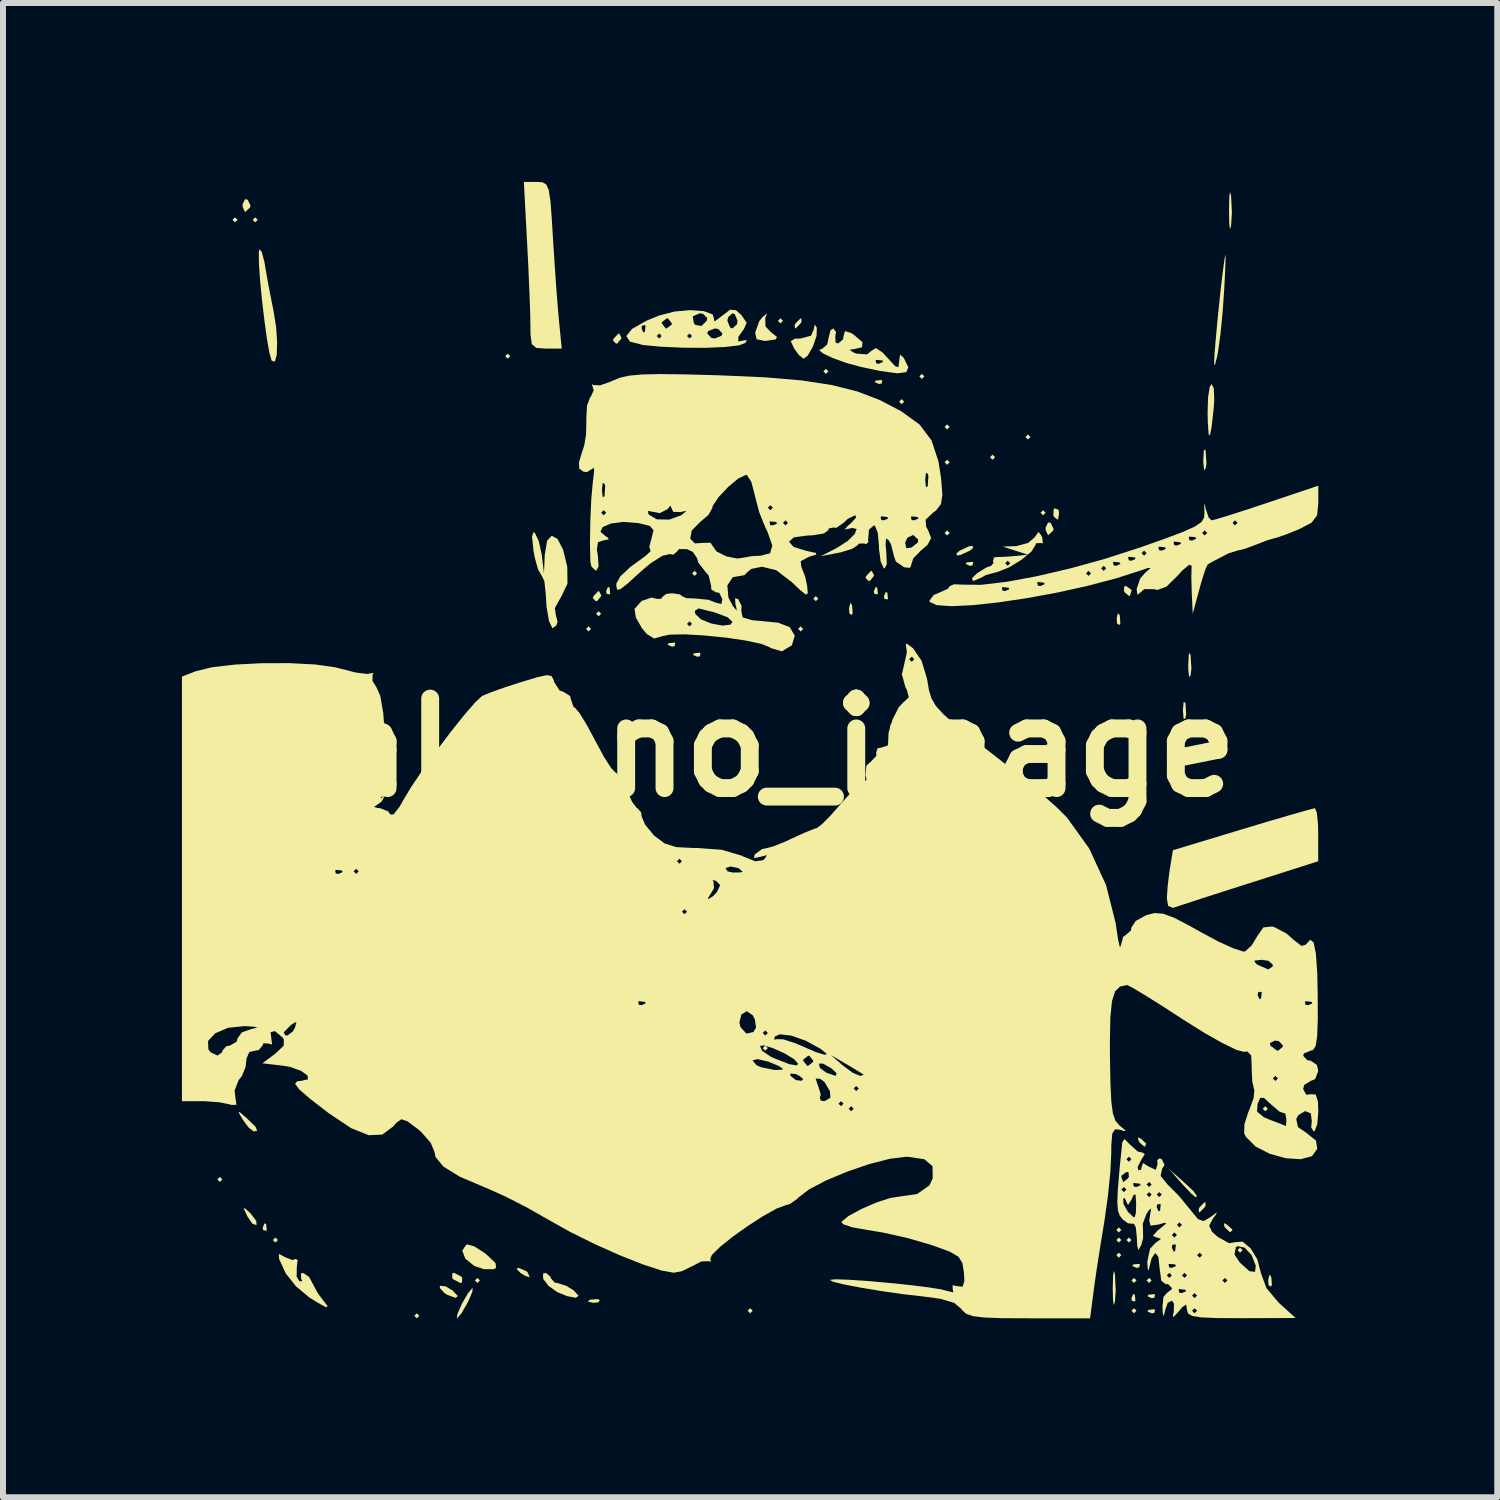
<source format=kicad_pcb>
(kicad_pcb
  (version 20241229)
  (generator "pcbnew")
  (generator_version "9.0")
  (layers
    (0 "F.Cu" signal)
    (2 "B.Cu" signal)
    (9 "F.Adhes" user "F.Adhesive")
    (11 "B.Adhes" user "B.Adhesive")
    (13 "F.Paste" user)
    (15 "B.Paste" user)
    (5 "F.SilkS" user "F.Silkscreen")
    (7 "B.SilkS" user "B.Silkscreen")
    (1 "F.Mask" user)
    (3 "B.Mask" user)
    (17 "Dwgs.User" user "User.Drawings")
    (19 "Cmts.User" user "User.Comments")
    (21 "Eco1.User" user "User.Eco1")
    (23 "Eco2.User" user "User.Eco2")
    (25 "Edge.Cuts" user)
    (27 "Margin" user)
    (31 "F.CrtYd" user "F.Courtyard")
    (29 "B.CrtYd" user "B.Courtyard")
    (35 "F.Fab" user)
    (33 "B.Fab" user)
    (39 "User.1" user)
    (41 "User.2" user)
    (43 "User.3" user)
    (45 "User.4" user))
  (footprint "valvano_image"
    (layer "F.Cu")
    (at 9.483 9.483)
    (property "Reference" "valvano_image" (at 0 0 0) (layer "F.SilkS") (effects (font (size 1.5 1.5) (thickness 0.3))))
    (attr board_only exclude_from_pos_files exclude_from_bom)
    (fp_poly (pts (xy 4.699 -3.234) (xy 4.693 -3.234) (xy 4.695 -3.235)) (stroke (width 0) (type solid)) (fill yes) (layer "F.SilkS"))
    (fp_poly (pts (xy -8.805 7.239) (xy -8.848 7.281) (xy -8.89 7.239) (xy -8.848 7.197)) (stroke (width 0) (type solid)) (fill yes) (layer "F.SilkS"))
    (fp_poly (pts (xy -8.551 -8.848) (xy -8.594 -8.805) (xy -8.636 -8.848) (xy -8.594 -8.89)) (stroke (width 0) (type solid)) (fill yes) (layer "F.SilkS"))
    (fp_poly (pts (xy -8.213 -8.848) (xy -8.255 -8.805) (xy -8.297 -8.848) (xy -8.255 -8.89)) (stroke (width 0) (type solid)) (fill yes) (layer "F.SilkS"))
    (fp_poly (pts (xy -7.874 8.255) (xy -7.916 8.297) (xy -7.959 8.255) (xy -7.916 8.213)) (stroke (width 0) (type solid)) (fill yes) (layer "F.SilkS"))
    (fp_poly (pts (xy -5.503 9.525) (xy -5.546 9.567) (xy -5.588 9.525) (xy -5.546 9.483)) (stroke (width 0) (type solid)) (fill yes) (layer "F.SilkS"))
    (fp_poly (pts (xy -4.487 8.932) (xy -4.53 8.975) (xy -4.572 8.932) (xy -4.53 8.89)) (stroke (width 0) (type solid)) (fill yes) (layer "F.SilkS"))
    (fp_poly (pts (xy -3.979 -6.562) (xy -4.022 -6.519) (xy -4.064 -6.562) (xy -4.022 -6.604)) (stroke (width 0) (type solid)) (fill yes) (layer "F.SilkS"))
    (fp_poly (pts (xy -2.625 -1.99) (xy -2.667 -1.947) (xy -2.709 -1.99) (xy -2.667 -2.032)) (stroke (width 0) (type solid)) (fill yes) (layer "F.SilkS"))
    (fp_poly (pts (xy -2.455 -2.244) (xy -2.498 -2.201) (xy -2.54 -2.244) (xy -2.498 -2.286)) (stroke (width 0) (type solid)) (fill yes) (layer "F.SilkS"))
    (fp_poly (pts (xy -0.847 -2.921) (xy -0.889 -2.879) (xy -0.931 -2.921) (xy -0.889 -2.963)) (stroke (width 0) (type solid)) (fill yes) (layer "F.SilkS"))
    (fp_poly (pts (xy 0.085 9.44) (xy 0.042 9.483) (xy 0 9.44) (xy 0.042 9.398)) (stroke (width 0) (type solid)) (fill yes) (layer "F.SilkS"))
    (fp_poly (pts (xy 0.339 5.038) (xy 0.296 5.08) (xy 0.254 5.038) (xy 0.296 4.995)) (stroke (width 0) (type solid)) (fill yes) (layer "F.SilkS"))
    (fp_poly (pts (xy 0.593 -7.154) (xy 0.55 -7.112) (xy 0.508 -7.154) (xy 0.55 -7.197)) (stroke (width 0) (type solid)) (fill yes) (layer "F.SilkS"))
    (fp_poly (pts (xy 0.931 -1.99) (xy 0.889 -1.947) (xy 0.847 -1.99) (xy 0.889 -2.032)) (stroke (width 0) (type solid)) (fill yes) (layer "F.SilkS"))
    (fp_poly (pts (xy 1.185 -2.498) (xy 1.143 -2.455) (xy 1.101 -2.498) (xy 1.143 -2.54)) (stroke (width 0) (type solid)) (fill yes) (layer "F.SilkS"))
    (fp_poly (pts (xy 1.355 -6.308) (xy 1.312 -6.265) (xy 1.27 -6.308) (xy 1.312 -6.35)) (stroke (width 0) (type solid)) (fill yes) (layer "F.SilkS"))
    (fp_poly (pts (xy 2.625 -5.8) (xy 2.582 -5.757) (xy 2.54 -5.8) (xy 2.582 -5.842)) (stroke (width 0) (type solid)) (fill yes) (layer "F.SilkS"))
    (fp_poly (pts (xy 2.963 -6.223) (xy 2.921 -6.181) (xy 2.879 -6.223) (xy 2.921 -6.265)) (stroke (width 0) (type solid)) (fill yes) (layer "F.SilkS"))
    (fp_poly (pts (xy 3.387 -5.376) (xy 3.344 -5.334) (xy 3.302 -5.376) (xy 3.344 -5.419)) (stroke (width 0) (type solid)) (fill yes) (layer "F.SilkS"))
    (fp_poly (pts (xy 3.387 -4.784) (xy 3.344 -4.741) (xy 3.302 -4.784) (xy 3.344 -4.826)) (stroke (width 0) (type solid)) (fill yes) (layer "F.SilkS"))
    (fp_poly (pts (xy 3.387 -3.598) (xy 3.344 -3.556) (xy 3.302 -3.598) (xy 3.344 -3.641)) (stroke (width 0) (type solid)) (fill yes) (layer "F.SilkS"))
    (fp_poly (pts (xy 4.149 -4.868) (xy 4.106 -4.826) (xy 4.064 -4.868) (xy 4.106 -4.911)) (stroke (width 0) (type solid)) (fill yes) (layer "F.SilkS"))
    (fp_poly (pts (xy 4.741 -5.207) (xy 4.699 -5.165) (xy 4.657 -5.207) (xy 4.699 -5.249)) (stroke (width 0) (type solid)) (fill yes) (layer "F.SilkS"))
    (fp_poly (pts (xy 4.995 -3.937) (xy 4.953 -3.895) (xy 4.911 -3.937) (xy 4.953 -3.979)) (stroke (width 0) (type solid)) (fill yes) (layer "F.SilkS"))
    (fp_poly (pts (xy 6.265 8.086) (xy 6.223 8.128) (xy 6.181 8.086) (xy 6.223 8.043)) (stroke (width 0) (type solid)) (fill yes) (layer "F.SilkS"))
    (fp_poly (pts (xy 6.265 8.255) (xy 6.223 8.297) (xy 6.181 8.255) (xy 6.223 8.213)) (stroke (width 0) (type solid)) (fill yes) (layer "F.SilkS"))
    (fp_poly (pts (xy 6.265 8.509) (xy 6.223 8.551) (xy 6.181 8.509) (xy 6.223 8.467)) (stroke (width 0) (type solid)) (fill yes) (layer "F.SilkS"))
    (fp_poly (pts (xy 6.435 8.255) (xy 6.392 8.297) (xy 6.35 8.255) (xy 6.392 8.213)) (stroke (width 0) (type solid)) (fill yes) (layer "F.SilkS"))
    (fp_poly (pts (xy 6.519 8.932) (xy 6.477 8.975) (xy 6.435 8.932) (xy 6.477 8.89)) (stroke (width 0) (type solid)) (fill yes) (layer "F.SilkS"))
    (fp_poly (pts (xy 6.519 9.44) (xy 6.477 9.483) (xy 6.435 9.44) (xy 6.477 9.398)) (stroke (width 0) (type solid)) (fill yes) (layer "F.SilkS"))
    (fp_poly (pts (xy 6.773 8.932) (xy 6.731 8.975) (xy 6.689 8.932) (xy 6.731 8.89)) (stroke (width 0) (type solid)) (fill yes) (layer "F.SilkS"))
    (fp_poly (pts (xy 8.297 8.424) (xy 8.255 8.467) (xy 8.213 8.424) (xy 8.255 8.382)) (stroke (width 0) (type solid)) (fill yes) (layer "F.SilkS"))
    (fp_poly (pts (xy 8.721 6.054) (xy 8.678 6.096) (xy 8.636 6.054) (xy 8.678 6.011)) (stroke (width 0) (type solid)) (fill yes) (layer "F.SilkS"))
    (fp_poly (pts (xy -8.072 7.987) (xy -8.061 8.087) (xy -8.072 8.1) (xy -8.122 8.088) (xy -8.128 8.043) (xy -8.097 7.974)) (stroke (width 0) (type solid)) (fill yes) (layer "F.SilkS"))
    (fp_poly (pts (xy -2.478 9.262) (xy -2.504 9.301) (xy -2.589 9.307) (xy -2.68 9.286) (xy -2.641 9.255) (xy -2.508 9.245)) (stroke (width 0) (type solid)) (fill yes) (layer "F.SilkS"))
    (fp_poly (pts (xy -2.314 -2.681) (xy -2.304 -2.581) (xy -2.314 -2.568) (xy -2.365 -2.58) (xy -2.371 -2.625) (xy -2.34 -2.694)) (stroke (width 0) (type solid)) (fill yes) (layer "F.SilkS"))
    (fp_poly (pts (xy -1.214 -1.75) (xy -1.225 -1.699) (xy -1.27 -1.693) (xy -1.34 -1.724) (xy -1.326 -1.75) (xy -1.226 -1.76)) (stroke (width 0) (type solid)) (fill yes) (layer "F.SilkS"))
    (fp_poly (pts (xy -0.79 -1.58) (xy -0.802 -1.53) (xy -0.847 -1.524) (xy -0.916 -1.555) (xy -0.903 -1.58) (xy -0.803 -1.591)) (stroke (width 0) (type solid)) (fill yes) (layer "F.SilkS"))
    (fp_poly (pts (xy 1.751 -2.387) (xy 1.761 -2.254) (xy 1.744 -2.224) (xy 1.706 -2.25) (xy 1.7 -2.335) (xy 1.721 -2.426)) (stroke (width 0) (type solid)) (fill yes) (layer "F.SilkS"))
    (fp_poly (pts (xy 2.173 -2.681) (xy 2.183 -2.581) (xy 2.173 -2.568) (xy 2.123 -2.58) (xy 2.117 -2.625) (xy 2.148 -2.694)) (stroke (width 0) (type solid)) (fill yes) (layer "F.SilkS"))
    (fp_poly (pts (xy 2.258 -6.152) (xy 2.246 -6.102) (xy 2.201 -6.096) (xy 2.132 -6.127) (xy 2.145 -6.152) (xy 2.245 -6.163)) (stroke (width 0) (type solid)) (fill yes) (layer "F.SilkS"))
    (fp_poly (pts (xy 2.342 -2.596) (xy 2.353 -2.496) (xy 2.342 -2.484) (xy 2.292 -2.495) (xy 2.286 -2.54) (xy 2.317 -2.61)) (stroke (width 0) (type solid)) (fill yes) (layer "F.SilkS"))
    (fp_poly (pts (xy 3.782 -3.104) (xy 3.77 -3.054) (xy 3.725 -3.048) (xy 3.656 -3.079) (xy 3.669 -3.104) (xy 3.769 -3.115)) (stroke (width 0) (type solid)) (fill yes) (layer "F.SilkS"))
    (fp_poly (pts (xy 6.239 -2.217) (xy 6.249 -2.085) (xy 6.232 -2.055) (xy 6.193 -2.08) (xy 6.187 -2.166) (xy 6.208 -2.256)) (stroke (width 0) (type solid)) (fill yes) (layer "F.SilkS"))
    (fp_poly (pts (xy 6.491 9.172) (xy 6.501 9.273) (xy 6.491 9.285) (xy 6.441 9.273) (xy 6.435 9.229) (xy 6.466 9.159)) (stroke (width 0) (type solid)) (fill yes) (layer "F.SilkS"))
    (fp_poly (pts (xy 6.576 8.664) (xy 6.564 8.715) (xy 6.519 8.721) (xy 6.45 8.69) (xy 6.463 8.664) (xy 6.563 8.654)) (stroke (width 0) (type solid)) (fill yes) (layer "F.SilkS"))
    (fp_poly (pts (xy 6.83 9.172) (xy 6.818 9.223) (xy 6.773 9.229) (xy 6.704 9.198) (xy 6.717 9.172) (xy 6.817 9.162)) (stroke (width 0) (type solid)) (fill yes) (layer "F.SilkS"))
    (fp_poly (pts (xy 6.83 9.426) (xy 6.818 9.477) (xy 6.773 9.483) (xy 6.704 9.452) (xy 6.717 9.426) (xy 6.817 9.416)) (stroke (width 0) (type solid)) (fill yes) (layer "F.SilkS"))
    (fp_poly (pts (xy 8.779 8.874) (xy 8.789 9.006) (xy 8.772 9.036) (xy 8.733 9.011) (xy 8.727 8.925) (xy 8.748 8.835)) (stroke (width 0) (type solid)) (fill yes) (layer "F.SilkS"))
    (fp_poly (pts (xy -8.421 7.727) (xy -8.333 7.808) (xy -8.236 7.936) (xy -8.232 8.006) (xy -8.302 7.981) (xy -8.385 7.86) (xy -8.449 7.725)) (stroke (width 0) (type solid)) (fill yes) (layer "F.SilkS"))
    (fp_poly (pts (xy -8.381 -9.185) (xy -8.332 -9.084) (xy -8.343 -9.053) (xy -8.425 -8.978) (xy -8.465 -9.064) (xy -8.467 -9.107) (xy -8.425 -9.194)) (stroke (width 0) (type solid)) (fill yes) (layer "F.SilkS"))
    (fp_poly (pts (xy -3.701 8.782) (xy -3.683 8.805) (xy -3.653 8.881) (xy -3.733 8.853) (xy -3.81 8.805) (xy -3.875 8.737) (xy -3.836 8.722)) (stroke (width 0) (type solid)) (fill yes) (layer "F.SilkS"))
    (fp_poly (pts (xy 5.081 -3.767) (xy 5.13 -3.665) (xy 5.119 -3.635) (xy 5.037 -3.56) (xy 4.997 -3.645) (xy 4.995 -3.688) (xy 5.037 -3.775)) (stroke (width 0) (type solid)) (fill yes) (layer "F.SilkS"))
    (fp_poly (pts (xy 5.212 -3.987) (xy 5.221 -3.933) (xy 5.203 -3.818) (xy 5.141 -3.865) (xy 5.126 -3.889) (xy 5.13 -3.996) (xy 5.149 -4.012)) (stroke (width 0) (type solid)) (fill yes) (layer "F.SilkS"))
    (fp_poly (pts (xy 6.591 6.554) (xy 6.682 6.639) (xy 6.663 6.688) (xy 6.651 6.689) (xy 6.58 6.629) (xy 6.554 6.591) (xy 6.544 6.533)) (stroke (width 0) (type solid)) (fill yes) (layer "F.SilkS"))
    (fp_poly (pts (xy 8.03 7.993) (xy 8.12 8.072) (xy 8.128 8.091) (xy 8.088 8.125) (xy 8.004 8.047) (xy 7.993 8.03) (xy 7.983 7.972)) (stroke (width 0) (type solid)) (fill yes) (layer "F.SilkS"))
    (fp_poly (pts (xy -8.394 6.215) (xy -8.247 6.358) (xy -8.223 6.423) (xy -8.277 6.435) (xy -8.364 6.371) (xy -8.458 6.244) (xy -8.534 6.115) (xy -8.513 6.112)) (stroke (width 0) (type solid)) (fill yes) (layer "F.SilkS"))
    (fp_poly (pts (xy -5.063 9.031) (xy -4.947 9.1) (xy -4.858 9.195) (xy -4.897 9.224) (xy -5.029 9.176) (xy -5.078 9.147) (xy -5.161 9.059) (xy -5.156 9.022)) (stroke (width 0) (type solid)) (fill yes) (layer "F.SilkS"))
    (fp_poly (pts (xy -4.801 8.867) (xy -4.784 8.89) (xy -4.788 8.968) (xy -4.816 8.975) (xy -4.936 8.913) (xy -4.953 8.89) (xy -4.949 8.812) (xy -4.921 8.805)) (stroke (width 0) (type solid)) (fill yes) (layer "F.SilkS"))
    (fp_poly (pts (xy -2.456 -2.559) (xy -2.455 -2.54) (xy -2.52 -2.459) (xy -2.545 -2.455) (xy -2.596 -2.507) (xy -2.582 -2.54) (xy -2.506 -2.621) (xy -2.493 -2.625)) (stroke (width 0) (type solid)) (fill yes) (layer "F.SilkS"))
    (fp_poly (pts (xy -2.118 -6.877) (xy -2.117 -6.858) (xy -2.182 -6.777) (xy -2.206 -6.773) (xy -2.257 -6.825) (xy -2.244 -6.858) (xy -2.168 -6.939) (xy -2.154 -6.943)) (stroke (width 0) (type solid)) (fill yes) (layer "F.SilkS"))
    (fp_poly (pts (xy 0.905 -7.142) (xy 0.889 -7.112) (xy 0.809 -7.031) (xy 0.794 -7.027) (xy 0.789 -7.082) (xy 0.804 -7.112) (xy 0.884 -7.193) (xy 0.899 -7.197)) (stroke (width 0) (type solid)) (fill yes) (layer "F.SilkS"))
    (fp_poly (pts (xy 2.116 -2.898) (xy 2.117 -2.879) (xy 2.052 -2.797) (xy 2.027 -2.794) (xy 1.976 -2.846) (xy 1.99 -2.879) (xy 2.066 -2.959) (xy 2.079 -2.963)) (stroke (width 0) (type solid)) (fill yes) (layer "F.SilkS"))
    (fp_poly (pts (xy 3.783 -3.349) (xy 3.725 -3.302) (xy 3.571 -3.23) (xy 3.514 -3.22) (xy 3.499 -3.255) (xy 3.556 -3.302) (xy 3.71 -3.374) (xy 3.768 -3.384)) (stroke (width 0) (type solid)) (fill yes) (layer "F.SilkS"))
    (fp_poly (pts (xy 6.157 8.826) (xy 6.171 9.1) (xy 6.157 9.292) (xy 6.138 9.345) (xy 6.125 9.249) (xy 6.121 9.059) (xy 6.127 8.85) (xy 6.14 8.772)) (stroke (width 0) (type solid)) (fill yes) (layer "F.SilkS"))
    (fp_poly (pts (xy 6.431 -2.648) (xy 6.435 -2.625) (xy 6.406 -2.542) (xy 6.397 -2.54) (xy 6.325 -2.599) (xy 6.308 -2.625) (xy 6.314 -2.703) (xy 6.345 -2.709)) (stroke (width 0) (type solid)) (fill yes) (layer "F.SilkS"))
    (fp_poly (pts (xy 7.303 7.275) (xy 7.479 7.44) (xy 7.534 7.521) (xy 7.508 7.535) (xy 7.44 7.479) (xy 7.307 7.338) (xy 7.275 7.303) (xy 7.07 7.07)) (stroke (width 0) (type solid)) (fill yes) (layer "F.SilkS"))
    (fp_poly (pts (xy 7.336 -0.754) (xy 7.34 -0.739) (xy 7.352 -0.555) (xy 7.337 -0.485) (xy 7.309 -0.482) (xy 7.298 -0.615) (xy 7.298 -0.635) (xy 7.31 -0.766)) (stroke (width 0) (type solid)) (fill yes) (layer "F.SilkS"))
    (fp_poly (pts (xy 7.426 -1.544) (xy 7.44 -1.324) (xy 7.424 -1.206) (xy 7.401 -1.186) (xy 7.388 -1.307) (xy 7.387 -1.397) (xy 7.396 -1.561) (xy 7.415 -1.586)) (stroke (width 0) (type solid)) (fill yes) (layer "F.SilkS"))
    (fp_poly (pts (xy 7.678 7.675) (xy 7.662 7.705) (xy 7.583 7.786) (xy 7.568 7.789) (xy 7.562 7.735) (xy 7.578 7.705) (xy 7.657 7.624) (xy 7.672 7.62)) (stroke (width 0) (type solid)) (fill yes) (layer "F.SilkS"))
    (fp_poly (pts (xy 7.678 -4.974) (xy 7.692 -4.759) (xy 7.678 -4.678) (xy 7.654 -4.651) (xy 7.64 -4.769) (xy 7.64 -4.826) (xy 7.648 -4.98) (xy 7.67 -4.998)) (stroke (width 0) (type solid)) (fill yes) (layer "F.SilkS"))
    (fp_poly (pts (xy 8.104 -9.25) (xy 8.105 -9.248) (xy 8.119 -8.972) (xy 8.104 -8.74) (xy 8.086 -8.694) (xy 8.074 -8.794) (xy 8.07 -9.017) (xy 8.075 -9.234) (xy 8.087 -9.318)) (stroke (width 0) (type solid)) (fill yes) (layer "F.SilkS"))
    (fp_poly (pts (xy 7.815 -6.021) (xy 7.823 -5.829) (xy 7.814 -5.694) (xy 7.779 -5.379) (xy 7.75 -5.233) (xy 7.729 -5.254) (xy 7.715 -5.443) (xy 7.711 -5.609) (xy 7.719 -5.871) (xy 7.747 -6.047) (xy 7.779 -6.096)) (stroke (width 0) (type solid)) (fill yes) (layer "F.SilkS"))
    (fp_poly (pts (xy -4.615 9.124) (xy -4.684 9.284) (xy -4.699 9.313) (xy -4.799 9.485) (xy -4.868 9.566) (xy -4.873 9.567) (xy -4.867 9.502) (xy -4.798 9.342) (xy -4.784 9.313) (xy -4.684 9.142) (xy -4.614 9.06) (xy -4.61 9.059)) (stroke (width 0) (type solid)) (fill yes) (layer "F.SilkS"))
    (fp_poly (pts (xy -4.583 8.361) (xy -4.408 8.473) (xy -4.374 8.5) (xy -4.227 8.64) (xy -4.215 8.719) (xy -4.256 8.744) (xy -4.42 8.744) (xy -4.581 8.69) (xy -4.732 8.568) (xy -4.784 8.433) (xy -4.72 8.337) (xy -4.699 8.329)) (stroke (width 0) (type solid)) (fill yes) (layer "F.SilkS"))
    (fp_poly (pts (xy 0.3 -7.212) (xy 0.296 -7.205) (xy 0.299 -7.061) (xy 0.384 -6.972) (xy 0.492 -6.884) (xy 0.471 -6.843) (xy 0.3 -6.818) (xy 0.29 -6.817) (xy 0.151 -6.846) (xy 0.126 -6.956) (xy 0.195 -7.148) (xy 0.251 -7.219) (xy 0.327 -7.279)) (stroke (width 0) (type solid)) (fill yes) (layer "F.SilkS"))
    (fp_poly (pts (xy 1.16 -7.04) (xy 1.156 -6.903) (xy 1.094 -6.722) (xy 1.007 -6.57) (xy 0.937 -6.519) (xy 0.859 -6.582) (xy 0.782 -6.689) (xy 0.723 -6.813) (xy 0.791 -6.855) (xy 0.888 -6.858) (xy 1.064 -6.906) (xy 1.107 -7.006) (xy 1.126 -7.092)) (stroke (width 0) (type solid)) (fill yes) (layer "F.SilkS"))
    (fp_poly (pts (xy -3.304 8.87) (xy -3.302 8.89) (xy -3.235 8.968) (xy -3.191 8.975) (xy -3.041 9.022) (xy -2.916 9.099) (xy -2.833 9.19) (xy -2.88 9.223) (xy -3.027 9.195) (xy -3.191 9.128) (xy -3.337 9.024) (xy -3.427 8.906) (xy -3.43 8.821) (xy -3.384 8.805)) (stroke (width 0) (type solid)) (fill yes) (layer "F.SilkS"))
    (fp_poly (pts (xy 4.926 -3.552) (xy 4.939 -3.519) (xy 4.95 -3.424) (xy 4.91 -3.43) (xy 4.832 -3.425) (xy 4.826 -3.397) (xy 4.758 -3.287) (xy 4.695 -3.235) (xy 4.487 -3.302) (xy 4.276 -3.37) (xy 4.504 -3.378) (xy 4.702 -3.431) (xy 4.809 -3.523) (xy 4.877 -3.615)) (stroke (width 0) (type solid)) (fill yes) (layer "F.SilkS"))
    (fp_poly (pts (xy 8.013 -8.203) (xy 8.005 -7.983) (xy 7.991 -7.705) (xy 7.964 -7.307) (xy 7.927 -6.933) (xy 7.887 -6.643) (xy 7.872 -6.562) (xy 7.836 -6.421) (xy 7.821 -6.423) (xy 7.826 -6.576) (xy 7.845 -6.816) (xy 7.883 -7.228) (xy 7.93 -7.674) (xy 7.964 -7.959) (xy 7.994 -8.183) (xy 8.01 -8.267)) (stroke (width 0) (type solid)) (fill yes) (layer "F.SilkS"))
    (fp_poly (pts (xy -8.145 -8.31) (xy -8.101 -8.145) (xy -8.089 -8.073) (xy -8.039 -7.785) (xy -7.973 -7.446) (xy -7.948 -7.324) (xy -7.904 -7.05) (xy -7.887 -6.792) (xy -7.894 -6.586) (xy -7.924 -6.471) (xy -7.977 -6.485) (xy -7.979 -6.489) (xy -8.015 -6.611) (xy -8.058 -6.851) (xy -8.101 -7.165) (xy -8.142 -7.511) (xy -8.174 -7.846) (xy -8.193 -8.126) (xy -8.194 -8.309) (xy -8.184 -8.354)) (stroke (width 0) (type solid)) (fill yes) (layer "F.SilkS"))
    (fp_poly (pts (xy -3.439 -9.477) (xy -3.375 -9.441) (xy -3.333 -9.345) (xy -3.305 -9.159) (xy -3.282 -8.853) (xy -3.265 -8.572) (xy -3.237 -8.134) (xy -3.207 -7.699) (xy -3.178 -7.332) (xy -3.164 -7.176) (xy -3.116 -6.689) (xy -3.378 -6.689) (xy -3.542 -6.7) (xy -3.618 -6.764) (xy -3.64 -6.928) (xy -3.641 -7.056) (xy -3.645 -7.289) (xy -3.658 -7.64) (xy -3.676 -8.061) (xy -3.696 -8.453) (xy -3.751 -9.483) (xy -3.535 -9.483)) (stroke (width 0) (type solid)) (fill yes) (layer "F.SilkS"))
    (fp_poly (pts (xy 9.543 1.092) (xy 9.562 1.289) (xy 9.566 1.46) (xy 9.565 1.905) (xy 8.402 2.276) (xy 7.979 2.411) (xy 7.609 2.53) (xy 7.325 2.623) (xy 7.158 2.678) (xy 7.133 2.687) (xy 7.049 2.653) (xy 7.028 2.528) (xy 7.043 2.305) (xy 7.077 2.037) (xy 7.08 2.024) (xy 7.13 1.72) (xy 8.293 1.368) (xy 8.712 1.242) (xy 9.072 1.137) (xy 9.342 1.059) (xy 9.492 1.02) (xy 9.512 1.016)) (stroke (width 0) (type solid)) (fill yes) (layer "F.SilkS"))
    (fp_poly (pts (xy -7.768 8.534) (xy -7.76 8.54) (xy -7.631 8.591) (xy -7.579 8.572) (xy -7.543 8.59) (xy -7.557 8.699) (xy -7.56 8.869) (xy -7.514 8.945) (xy -7.465 8.947) (xy -7.485 8.903) (xy -7.488 8.816) (xy -7.453 8.805) (xy -7.351 8.874) (xy -7.308 8.954) (xy -7.209 9.14) (xy -7.128 9.25) (xy -7.041 9.364) (xy -7.062 9.383) (xy -7.203 9.308) (xy -7.348 9.217) (xy -7.569 9.033) (xy -7.738 8.821) (xy -7.75 8.799) (xy -7.853 8.575) (xy -7.859 8.487)) (stroke (width 0) (type solid)) (fill yes) (layer "F.SilkS"))
    (fp_poly (pts (xy 4.591 -3.149) (xy 4.382 -3.021) (xy 4.188 -2.944) (xy 4.16 -2.938) (xy 3.99 -2.891) (xy 3.925 -2.853) (xy 3.793 -2.797) (xy 3.775 -2.797) (xy 3.761 -2.84) (xy 3.847 -2.924) (xy 4.003 -3.02) (xy 4.085 -3.048) (xy 4.116 -3.09) (xy 4.318 -3.09) (xy 4.36 -3.048) (xy 4.403 -3.09) (xy 4.36 -3.133) (xy 4.318 -3.09) (xy 4.116 -3.09) (xy 4.123 -3.099) (xy 4.112 -3.123) (xy 4.132 -3.189) (xy 4.171 -3.194) (xy 4.333 -3.2) (xy 4.487 -3.212) (xy 4.693 -3.234)) (stroke (width 0) (type solid)) (fill yes) (layer "F.SilkS"))
    (fp_poly (pts (xy -3.566 -3.598) (xy -3.501 -3.462) (xy -3.452 -3.242) (xy -3.449 -3.217) (xy -3.414 -2.921) (xy -3.4 -3.239) (xy -3.361 -3.469) (xy -3.283 -3.552) (xy -3.187 -3.499) (xy -3.094 -3.321) (xy -3.023 -3.031) (xy -3.02 -2.747) (xy -3.128 -2.523) (xy -3.135 -2.514) (xy -3.231 -2.339) (xy -3.217 -2.235) (xy -3.186 -2.106) (xy -3.209 -2.045) (xy -3.272 -2.001) (xy -3.326 -2.112) (xy -3.331 -2.131) (xy -3.371 -2.364) (xy -3.386 -2.596) (xy -3.407 -2.791) (xy -3.456 -2.892) (xy -3.458 -2.893) (xy -3.513 -2.986) (xy -3.569 -3.189) (xy -3.59 -3.302) (xy -3.614 -3.535) (xy -3.59 -3.613)) (stroke (width 0) (type solid)) (fill yes) (layer "F.SilkS"))
    (fp_poly (pts (xy 1.483 -6.965) (xy 1.47 -6.9) (xy 1.474 -6.792) (xy 1.515 -6.773) (xy 1.598 -6.842) (xy 1.609 -6.901) (xy 1.632 -6.983) (xy 1.732 -6.951) (xy 1.778 -6.923) (xy 1.924 -6.798) (xy 1.919 -6.712) (xy 1.799 -6.683) (xy 1.709 -6.669) (xy 1.771 -6.627) (xy 1.82 -6.606) (xy 2.001 -6.591) (xy 2.07 -6.648) (xy 2.149 -6.698) (xy 2.26 -6.626) (xy 2.345 -6.534) (xy 2.474 -6.394) (xy 2.529 -6.378) (xy 2.541 -6.477) (xy 2.555 -6.588) (xy 2.609 -6.543) (xy 2.625 -6.519) (xy 2.694 -6.375) (xy 2.66 -6.294) (xy 2.509 -6.275) (xy 2.224 -6.313) (xy 1.905 -6.381) (xy 1.651 -6.45) (xy 1.538 -6.491) (xy 2.145 -6.491) (xy 2.157 -6.441) (xy 2.201 -6.435) (xy 2.271 -6.466) (xy 2.258 -6.491) (xy 2.157 -6.501) (xy 2.145 -6.491) (xy 1.538 -6.491) (xy 1.425 -6.532) (xy 1.263 -6.609) (xy 1.198 -6.665) (xy 1.249 -6.686) (xy 1.335 -6.759) (xy 1.355 -6.858) (xy 1.389 -6.996) (xy 1.437 -7.027)) (stroke (width 0) (type solid)) (fill yes) (layer "F.SilkS"))
    (fp_poly (pts (xy -0.197 -7.334) (xy -0.107 -7.255) (xy -0.016 -7.123) (xy -0.063 -7.015) (xy -0.067 -7.011) (xy -0.155 -6.887) (xy -0.157 -6.808) (xy -0.072 -6.824) (xy -0.014 -6.834) (xy -0.034 -6.786) (xy -0.142 -6.744) (xy -0.378 -6.716) (xy -0.703 -6.702) (xy -1.076 -6.704) (xy -1.457 -6.721) (xy -1.757 -6.75) (xy -1.974 -6.807) (xy -2.033 -6.9) (xy -2.033 -6.9) (xy -1.524 -6.9) (xy -1.482 -6.858) (xy -1.439 -6.9) (xy -1.016 -6.9) (xy -0.974 -6.858) (xy -0.931 -6.9) (xy -0.974 -6.943) (xy -0.677 -6.943) (xy -0.609 -6.868) (xy -0.55 -6.858) (xy -0.438 -6.904) (xy -0.423 -6.943) (xy -0.492 -7.018) (xy -0.55 -7.027) (xy -0.663 -6.982) (xy -0.677 -6.943) (xy -0.974 -6.943) (xy -1.016 -6.9) (xy -1.439 -6.9) (xy -1.482 -6.943) (xy -1.524 -6.9) (xy -2.033 -6.9) (xy -1.937 -7.02) (xy -1.924 -7.027) (xy -1.778 -7.027) (xy -1.747 -6.958) (xy -1.722 -6.971) (xy -1.711 -7.071) (xy -1.722 -7.084) (xy -1.772 -7.072) (xy -1.778 -7.027) (xy -1.924 -7.027) (xy -1.774 -7.112) (xy -1.439 -7.112) (xy -1.375 -7.03) (xy -1.355 -7.027) (xy -1.272 -7.092) (xy -1.27 -7.112) (xy -1.334 -7.194) (xy -1.355 -7.197) (xy -1.437 -7.132) (xy -1.439 -7.112) (xy -1.774 -7.112) (xy -1.692 -7.158) (xy -1.518 -7.229) (xy -0.921 -7.229) (xy -0.9 -7.112) (xy -0.877 -7.086) (xy -0.772 -7.069) (xy -0.686 -7.155) (xy -0.677 -7.202) (xy -0.746 -7.272) (xy -0.804 -7.281) (xy -0.921 -7.229) (xy -1.518 -7.229) (xy -1.482 -7.244) (xy -1.223 -7.311) (xy -0.959 -7.334) (xy -0.733 -7.317) (xy -0.586 -7.263) (xy -0.56 -7.177) (xy -0.564 -7.169) (xy -0.553 -7.146) (xy -0.541 -7.154) (xy -0.339 -7.154) (xy -0.293 -7.042) (xy -0.254 -7.027) (xy -0.179 -7.096) (xy -0.169 -7.154) (xy -0.215 -7.267) (xy -0.254 -7.281) (xy -0.329 -7.213) (xy -0.339 -7.154) (xy -0.541 -7.154) (xy -0.448 -7.223) (xy -0.435 -7.233) (xy -0.294 -7.341)) (stroke (width 0) (type solid)) (fill yes) (layer "F.SilkS"))
    (fp_poly (pts (xy 9.567 -4.096) (xy 9.547 -3.895) (xy 9.455 -3.771) (xy 9.25 -3.664) (xy 9.029 -3.574) (xy 8.871 -3.52) (xy 8.848 -3.515) (xy 8.714 -3.477) (xy 8.525 -3.403) (xy 8.33 -3.331) (xy 8.206 -3.302) (xy 8.062 -3.257) (xy 7.799 -3.12) (xy 7.713 -3.071) (xy 7.673 -2.985) (xy 7.61 -2.787) (xy 7.571 -2.647) (xy 7.462 -2.244) (xy 7.446 -2.582) (xy 7.439 -2.833) (xy 7.442 -3.022) (xy 7.444 -3.048) (xy 7.405 -3.067) (xy 7.292 -2.974) (xy 7.212 -2.886) (xy 7.021 -2.698) (xy 6.871 -2.643) (xy 6.813 -2.656) (xy 6.65 -2.657) (xy 6.591 -2.606) (xy 6.536 -2.561) (xy 6.521 -2.658) (xy 6.582 -2.837) (xy 6.668 -2.934) (xy 6.756 -3.011) (xy 6.71 -3.011) (xy 6.604 -2.974) (xy 6.178 -2.838) (xy 5.698 -2.711) (xy 5.191 -2.599) (xy 4.684 -2.506) (xy 4.202 -2.434) (xy 3.771 -2.388) (xy 3.419 -2.371) (xy 3.171 -2.388) (xy 3.054 -2.442) (xy 3.048 -2.463) (xy 3.119 -2.557) (xy 3.217 -2.6) (xy 3.354 -2.661) (xy 3.369 -2.681) (xy 4.262 -2.681) (xy 4.273 -2.631) (xy 4.318 -2.625) (xy 4.388 -2.656) (xy 4.374 -2.681) (xy 4.274 -2.691) (xy 4.262 -2.681) (xy 3.369 -2.681) (xy 3.387 -2.705) (xy 3.459 -2.738) (xy 3.619 -2.732) (xy 3.914 -2.729) (xy 4.228 -2.766) (xy 4.854 -2.766) (xy 4.866 -2.715) (xy 4.911 -2.709) (xy 4.98 -2.74) (xy 4.967 -2.766) (xy 4.867 -2.776) (xy 4.854 -2.766) (xy 4.228 -2.766) (xy 4.334 -2.778) (xy 4.843 -2.872) (xy 5.053 -2.921) (xy 5.673 -2.921) (xy 5.715 -2.879) (xy 5.757 -2.921) (xy 5.715 -2.963) (xy 5.673 -2.921) (xy 5.053 -2.921) (xy 5.408 -3.004) (xy 5.415 -3.006) (xy 5.927 -3.006) (xy 5.969 -2.963) (xy 6.011 -3.006) (xy 5.969 -3.048) (xy 5.927 -3.006) (xy 5.415 -3.006) (xy 5.772 -3.104) (xy 6.124 -3.104) (xy 6.136 -3.054) (xy 6.181 -3.048) (xy 6.25 -3.079) (xy 6.237 -3.104) (xy 6.137 -3.115) (xy 6.124 -3.104) (xy 5.772 -3.104) (xy 5.994 -3.166) (xy 6.067 -3.189) (xy 6.378 -3.189) (xy 6.39 -3.139) (xy 6.435 -3.133) (xy 6.504 -3.164) (xy 6.491 -3.189) (xy 6.391 -3.199) (xy 6.378 -3.189) (xy 6.067 -3.189) (xy 6.285 -3.26) (xy 6.604 -3.26) (xy 6.646 -3.217) (xy 6.689 -3.26) (xy 6.646 -3.302) (xy 6.604 -3.26) (xy 6.285 -3.26) (xy 6.561 -3.349) (xy 6.588 -3.358) (xy 6.886 -3.358) (xy 6.898 -3.308) (xy 6.943 -3.302) (xy 7.012 -3.333) (xy 6.999 -3.358) (xy 6.899 -3.369) (xy 6.886 -3.358) (xy 6.588 -3.358) (xy 6.828 -3.443) (xy 7.14 -3.443) (xy 7.152 -3.393) (xy 7.197 -3.387) (xy 7.266 -3.418) (xy 7.253 -3.443) (xy 7.153 -3.453) (xy 7.14 -3.443) (xy 6.828 -3.443) (xy 7.003 -3.505) (xy 7.064 -3.528) (xy 7.394 -3.528) (xy 7.406 -3.477) (xy 7.451 -3.471) (xy 7.52 -3.502) (xy 7.507 -3.528) (xy 7.407 -3.538) (xy 7.394 -3.528) (xy 7.064 -3.528) (xy 7.251 -3.598) (xy 7.62 -3.598) (xy 7.662 -3.556) (xy 7.705 -3.598) (xy 7.662 -3.641) (xy 7.62 -3.598) (xy 7.251 -3.598) (xy 7.308 -3.62) (xy 7.502 -3.708) (xy 7.588 -3.768) (xy 8.128 -3.768) (xy 8.17 -3.725) (xy 8.213 -3.768) (xy 8.17 -3.81) (xy 8.128 -3.768) (xy 7.588 -3.768) (xy 7.609 -3.782) (xy 7.653 -3.857) (xy 7.659 -3.946) (xy 7.658 -3.964) (xy 7.654 -4.091) (xy 7.669 -4.053) (xy 7.68 -4) (xy 7.731 -3.852) (xy 7.778 -3.81) (xy 7.88 -3.836) (xy 8.105 -3.905) (xy 8.419 -4.006) (xy 8.704 -4.101) (xy 9.567 -4.391)) (stroke (width 0) (type solid)) (fill yes) (layer "F.SilkS"))
    (fp_poly (pts (xy 6.412 6.656) (xy 6.54 6.771) (xy 6.624 6.79) (xy 6.658 6.817) (xy 6.606 6.898) (xy 6.539 7.028) (xy 6.55 7.086) (xy 6.599 7.073) (xy 6.604 7.031) (xy 6.629 6.965) (xy 6.729 7.026) (xy 6.731 7.027) (xy 6.843 7.078) (xy 6.874 6.98) (xy 6.866 6.915) (xy 6.908 6.885) (xy 6.945 6.902) (xy 6.989 6.996) (xy 6.948 7.063) (xy 6.923 7.18) (xy 7.043 7.327) (xy 7.051 7.334) (xy 7.237 7.522) (xy 7.42 7.745) (xy 7.421 7.747) (xy 7.55 7.904) (xy 7.645 7.938) (xy 7.759 7.871) (xy 7.866 7.791) (xy 7.853 7.826) (xy 7.801 7.895) (xy 7.737 8.014) (xy 7.788 8.119) (xy 7.885 8.205) (xy 8.072 8.308) (xy 8.179 8.29) (xy 8.297 8.282) (xy 8.431 8.392) (xy 8.545 8.579) (xy 8.603 8.8) (xy 8.603 8.804) (xy 8.698 9.062) (xy 8.904 9.306) (xy 9.186 9.562) (xy 8.276 9.565) (xy 7.871 9.563) (xy 7.606 9.552) (xy 7.452 9.527) (xy 7.382 9.485) (xy 7.37 9.44) (xy 7.451 9.44) (xy 7.493 9.483) (xy 7.535 9.44) (xy 7.493 9.398) (xy 7.451 9.44) (xy 7.37 9.44) (xy 7.366 9.424) (xy 7.352 9.336) (xy 7.29 9.377) (xy 7.232 9.445) (xy 7.14 9.547) (xy 7.129 9.515) (xy 7.144 9.464) (xy 7.147 9.319) (xy 7.114 9.272) (xy 7.044 9.306) (xy 7.003 9.418) (xy 6.976 9.531) (xy 6.961 9.489) (xy 6.954 9.377) (xy 6.972 9.208) (xy 6.991 9.186) (xy 7.451 9.186) (xy 7.493 9.229) (xy 7.535 9.186) (xy 7.493 9.144) (xy 7.451 9.186) (xy 6.991 9.186) (xy 7.027 9.144) (xy 7.099 9.088) (xy 7.225 9.088) (xy 7.237 9.138) (xy 7.281 9.144) (xy 7.351 9.113) (xy 7.338 9.088) (xy 7.237 9.077) (xy 7.225 9.088) (xy 7.099 9.088) (xy 7.11 9.08) (xy 7.112 9.059) (xy 7.049 8.994) (xy 7.01 8.996) (xy 6.935 8.937) (xy 6.934 8.932) (xy 7.959 8.932) (xy 8.001 8.975) (xy 8.043 8.932) (xy 8.001 8.89) (xy 7.959 8.932) (xy 6.934 8.932) (xy 6.923 8.848) (xy 7.027 8.848) (xy 7.07 8.89) (xy 7.112 8.848) (xy 7.281 8.848) (xy 7.324 8.89) (xy 7.366 8.848) (xy 7.324 8.805) (xy 7.281 8.848) (xy 7.112 8.848) (xy 7.07 8.805) (xy 7.027 8.848) (xy 6.923 8.848) (xy 6.908 8.742) (xy 6.9 8.664) (xy 7.056 8.664) (xy 7.067 8.715) (xy 7.112 8.721) (xy 7.182 8.69) (xy 7.168 8.664) (xy 7.068 8.654) (xy 7.056 8.664) (xy 6.9 8.664) (xy 6.886 8.538) (xy 6.864 8.509) (xy 7.535 8.509) (xy 7.578 8.551) (xy 7.62 8.509) (xy 7.61 8.499) (xy 8.162 8.499) (xy 8.253 8.634) (xy 8.413 8.777) (xy 8.506 8.788) (xy 8.519 8.687) (xy 8.45 8.508) (xy 8.333 8.383) (xy 8.214 8.357) (xy 8.184 8.376) (xy 8.162 8.499) (xy 7.61 8.499) (xy 7.578 8.467) (xy 7.535 8.509) (xy 6.864 8.509) (xy 6.834 8.472) (xy 6.774 8.556) (xy 6.748 8.657) (xy 6.721 8.771) (xy 6.707 8.729) (xy 6.7 8.619) (xy 6.746 8.401) (xy 6.764 8.382) (xy 7.112 8.382) (xy 7.143 8.452) (xy 7.168 8.438) (xy 7.179 8.338) (xy 7.168 8.326) (xy 7.118 8.337) (xy 7.112 8.382) (xy 6.764 8.382) (xy 6.837 8.304) (xy 6.929 8.236) (xy 6.87 8.213) (xy 6.858 8.213) (xy 6.794 8.185) (xy 6.807 8.17) (xy 7.112 8.17) (xy 7.154 8.213) (xy 7.197 8.17) (xy 7.154 8.128) (xy 7.112 8.17) (xy 6.807 8.17) (xy 6.868 8.1) (xy 6.9 8.074) (xy 6.989 8.001) (xy 7.197 8.001) (xy 7.239 8.043) (xy 7.281 8.001) (xy 7.239 7.959) (xy 7.197 8.001) (xy 6.989 8.001) (xy 7.016 7.979) (xy 6.994 7.965) (xy 6.886 7.996) (xy 6.754 8.013) (xy 6.732 7.922) (xy 6.744 7.856) (xy 6.765 7.727) (xy 6.73 7.751) (xy 6.687 7.816) (xy 6.624 7.983) (xy 6.628 8.07) (xy 6.63 8.225) (xy 6.598 8.34) (xy 6.553 8.422) (xy 6.532 8.36) (xy 6.525 8.22) (xy 6.508 8.043) (xy 6.474 7.978) (xy 6.467 7.983) (xy 6.375 7.974) (xy 6.289 7.91) (xy 6.239 7.847) (xy 6.208 7.761) (xy 6.198 7.622) (xy 6.2 7.562) (xy 6.296 7.562) (xy 6.302 7.653) (xy 6.376 7.783) (xy 6.467 7.869) (xy 6.487 7.874) (xy 6.509 7.801) (xy 6.512 7.705) (xy 6.858 7.705) (xy 6.889 7.774) (xy 6.914 7.761) (xy 6.925 7.661) (xy 6.914 7.648) (xy 6.864 7.66) (xy 6.858 7.705) (xy 6.512 7.705) (xy 6.513 7.641) (xy 6.503 7.493) (xy 6.689 7.493) (xy 6.731 7.535) (xy 6.773 7.493) (xy 6.858 7.493) (xy 6.9 7.535) (xy 6.943 7.493) (xy 6.9 7.451) (xy 6.858 7.493) (xy 6.773 7.493) (xy 6.731 7.451) (xy 6.689 7.493) (xy 6.503 7.493) (xy 6.503 7.491) (xy 6.473 7.496) (xy 6.435 7.578) (xy 6.377 7.668) (xy 6.356 7.627) (xy 6.322 7.55) (xy 6.296 7.562) (xy 6.2 7.562) (xy 6.206 7.408) (xy 6.265 7.408) (xy 6.308 7.451) (xy 6.35 7.408) (xy 6.308 7.366) (xy 6.265 7.408) (xy 6.206 7.408) (xy 6.207 7.4) (xy 6.215 7.31) (xy 6.463 7.31) (xy 6.475 7.36) (xy 6.519 7.366) (xy 6.589 7.335) (xy 6.583 7.324) (xy 6.689 7.324) (xy 6.731 7.366) (xy 6.773 7.324) (xy 6.731 7.281) (xy 6.689 7.324) (xy 6.583 7.324) (xy 6.576 7.31) (xy 6.475 7.299) (xy 6.463 7.31) (xy 6.215 7.31) (xy 6.224 7.197) (xy 6.265 7.197) (xy 6.294 7.279) (xy 6.303 7.281) (xy 6.375 7.222) (xy 6.392 7.197) (xy 6.386 7.119) (xy 6.355 7.112) (xy 6.269 7.173) (xy 6.265 7.197) (xy 6.224 7.197) (xy 6.235 7.068) (xy 6.252 6.9) (xy 6.35 6.9) (xy 6.392 6.943) (xy 6.435 6.9) (xy 6.392 6.858) (xy 6.35 6.9) (xy 6.252 6.9) (xy 6.281 6.614) (xy 6.318 6.561)) (stroke (width 0) (type solid)) (fill yes) (layer "F.SilkS"))
    (fp_poly (pts (xy -1.051 -6.257) (xy -0.492 -6.242) (xy -0.469 -6.241) (xy 0.286 -6.208) (xy 0.902 -6.156) (xy 1.409 -6.079) (xy 1.836 -5.972) (xy 2.213 -5.828) (xy 2.569 -5.642) (xy 2.571 -5.641) (xy 2.882 -5.417) (xy 3.082 -5.152) (xy 3.199 -4.799) (xy 3.244 -4.51) (xy 3.265 -4.241) (xy 3.242 -4.082) (xy 3.161 -3.978) (xy 3.109 -3.938) (xy 2.984 -3.822) (xy 2.993 -3.703) (xy 3.026 -3.644) (xy 3.077 -3.514) (xy 3.017 -3.4) (xy 2.912 -3.31) (xy 2.777 -3.172) (xy 2.742 -3.065) (xy 2.745 -3.059) (xy 2.72 -3.013) (xy 2.625 -3.023) (xy 2.486 -3.118) (xy 2.454 -3.206) (xy 2.407 -3.398) (xy 2.389 -3.434) (xy 2.64 -3.434) (xy 2.661 -3.342) (xy 2.749 -3.355) (xy 2.853 -3.438) (xy 2.859 -3.488) (xy 2.777 -3.565) (xy 2.678 -3.518) (xy 2.64 -3.434) (xy 2.389 -3.434) (xy 2.369 -3.471) (xy 2.32 -3.509) (xy 2.313 -3.398) (xy 2.325 -3.278) (xy 2.333 -3.076) (xy 2.297 -3.003) (xy 2.282 -3.008) (xy 2.231 -3.117) (xy 2.203 -3.327) (xy 2.201 -3.392) (xy 2.182 -3.602) (xy 2.135 -3.718) (xy 2.117 -3.725) (xy 2.034 -3.654) (xy 2.02 -3.475) (xy 2.024 -3.444) (xy 1.984 -3.41) (xy 1.957 -3.423) (xy 1.862 -3.419) (xy 1.849 -3.397) (xy 1.754 -3.333) (xy 1.56 -3.273) (xy 1.524 -3.266) (xy 1.228 -3.209) (xy 1.497 -3.348) (xy 1.678 -3.464) (xy 1.795 -3.58) (xy 1.828 -3.664) (xy 1.756 -3.683) (xy 1.71 -3.672) (xy 1.627 -3.657) (xy 1.677 -3.716) (xy 1.731 -3.761) (xy 1.822 -3.859) (xy 1.818 -3.866) (xy 2.23 -3.866) (xy 2.241 -3.816) (xy 2.286 -3.81) (xy 2.356 -3.841) (xy 2.342 -3.866) (xy 2.738 -3.866) (xy 2.749 -3.816) (xy 2.794 -3.81) (xy 2.864 -3.841) (xy 2.85 -3.866) (xy 2.75 -3.877) (xy 2.738 -3.866) (xy 2.342 -3.866) (xy 2.242 -3.877) (xy 2.23 -3.866) (xy 1.818 -3.866) (xy 1.805 -3.895) (xy 1.68 -3.836) (xy 1.609 -3.769) (xy 1.49 -3.685) (xy 1.43 -3.689) (xy 1.359 -3.673) (xy 1.355 -3.646) (xy 1.279 -3.59) (xy 1.091 -3.559) (xy 1.009 -3.556) (xy 0.775 -3.525) (xy 0.694 -3.451) (xy 0.771 -3.364) (xy 0.981 -3.299) (xy 1.144 -3.264) (xy 1.15 -3.236) (xy 1.029 -3.199) (xy 0.89 -3.125) (xy 0.9 -3.033) (xy 0.965 -2.864) (xy 0.998 -2.709) (xy 1.009 -2.587) (xy 0.978 -2.564) (xy 0.875 -2.646) (xy 0.742 -2.773) (xy 0.48 -2.974) (xy 0.247 -3.031) (xy 0.228 -3.03) (xy 0.061 -2.995) (xy 0 -2.945) (xy -0.058 -2.888) (xy -0.064 -2.889) (xy -0.249 -2.857) (xy -0.34 -2.719) (xy -0.322 -2.516) (xy -0.245 -2.371) (xy -0.181 -2.295) (xy -0.194 -2.369) (xy -0.203 -2.396) (xy -0.211 -2.501) (xy -0.161 -2.493) (xy -0.1 -2.374) (xy -0.107 -2.296) (xy -0.083 -2.183) (xy 0.077 -2.136) (xy 0.341 -2.111) (xy 0.508 -2.095) (xy 0.704 -2.021) (xy 0.791 -1.877) (xy 0.741 -1.714) (xy 0.573 -1.614) (xy 0.389 -1.669) (xy 0.377 -1.679) (xy 0.233 -1.738) (xy -0.03 -1.795) (xy -0.365 -1.844) (xy -0.723 -1.88) (xy -1.053 -1.899) (xy -1.308 -1.894) (xy -1.427 -1.869) (xy -1.566 -1.829) (xy -1.689 -1.904) (xy -1.767 -1.995) (xy -1.813 -2.074) (xy -1.016 -2.074) (xy -0.974 -2.032) (xy -0.931 -2.074) (xy -0.974 -2.117) (xy -1.016 -2.074) (xy -1.813 -2.074) (xy -1.873 -2.178) (xy -1.891 -2.293) (xy -0.885 -2.293) (xy -0.876 -2.24) (xy -0.78 -2.149) (xy -0.608 -2.08) (xy -0.423 -2.046) (xy -0.287 -2.061) (xy -0.254 -2.107) (xy -0.333 -2.184) (xy -0.553 -2.267) (xy -0.82 -2.333) (xy -0.885 -2.293) (xy -1.891 -2.293) (xy -1.895 -2.323) (xy -1.894 -2.327) (xy -1.777 -2.459) (xy -1.609 -2.515) (xy -1.516 -2.493) (xy -1.444 -2.496) (xy -1.439 -2.517) (xy -1.368 -2.575) (xy -1.27 -2.588) (xy -1.132 -2.568) (xy -1.101 -2.539) (xy -1.028 -2.506) (xy -0.868 -2.499) (xy -0.656 -2.478) (xy -0.529 -2.429) (xy -0.441 -2.408) (xy -0.423 -2.487) (xy -0.475 -2.595) (xy -0.529 -2.603) (xy -0.608 -2.65) (xy -0.613 -2.719) (xy -0.653 -2.883) (xy -0.719 -2.962) (xy -0.826 -3.101) (xy -0.847 -3.175) (xy -0.918 -3.281) (xy -1.016 -3.327) (xy -1.151 -3.328) (xy -1.185 -3.285) (xy -1.247 -3.234) (xy -1.304 -3.245) (xy -1.429 -3.216) (xy -1.625 -3.091) (xy -1.784 -2.958) (xy -2.005 -2.756) (xy -2.13 -2.657) (xy -2.186 -2.645) (xy -2.201 -2.708) (xy -2.201 -2.749) (xy -2.136 -2.868) (xy -1.972 -3.023) (xy -1.885 -3.087) (xy -1.711 -3.214) (xy -1.627 -3.291) (xy -1.629 -3.302) (xy -1.648 -3.369) (xy -1.612 -3.503) (xy -0.962 -3.503) (xy -0.885 -3.423) (xy -0.752 -3.432) (xy -0.622 -3.435) (xy -0.593 -3.39) (xy -0.521 -3.288) (xy -0.355 -3.205) (xy -0.172 -3.17) (xy -0.099 -3.18) (xy 0.073 -3.21) (xy 0.219 -3.217) (xy 0.377 -3.258) (xy 0.414 -3.388) (xy 0.331 -3.624) (xy 0.296 -3.694) (xy 0.26 -3.782) (xy 0.367 -3.782) (xy 0.379 -3.731) (xy 0.423 -3.725) (xy 0.493 -3.756) (xy 0.487 -3.768) (xy 0.593 -3.768) (xy 0.635 -3.725) (xy 0.677 -3.768) (xy 0.635 -3.81) (xy 0.593 -3.768) (xy 0.487 -3.768) (xy 0.48 -3.782) (xy 0.379 -3.792) (xy 0.367 -3.782) (xy 0.26 -3.782) (xy 0.193 -3.951) (xy 0.174 -4.022) (xy 0.339 -4.022) (xy 0.381 -3.979) (xy 0.423 -4.022) (xy 0.381 -4.064) (xy 0.339 -4.022) (xy 0.174 -4.022) (xy 0.118 -4.24) (xy 0.115 -4.255) (xy 0.061 -4.458) (xy 0.042 -4.487) (xy 2.977 -4.487) (xy 2.99 -4.367) (xy 3.019 -4.381) (xy 3.031 -4.555) (xy 3.019 -4.593) (xy 2.989 -4.604) (xy 2.977 -4.487) (xy 0.042 -4.487) (xy -0.01 -4.567) (xy -0.027 -4.572) (xy -0.154 -4.513) (xy -0.325 -4.371) (xy -0.487 -4.199) (xy -0.584 -4.053) (xy -0.593 -4.016) (xy -0.657 -3.9) (xy -0.802 -3.777) (xy -0.937 -3.638) (xy -0.962 -3.503) (xy -1.612 -3.503) (xy -1.612 -3.505) (xy -1.577 -3.644) (xy -1.638 -3.716) (xy -1.829 -3.764) (xy -2.079 -3.784) (xy -2.289 -3.757) (xy -2.43 -3.697) (xy -2.468 -3.619) (xy -2.372 -3.537) (xy -2.349 -3.527) (xy -2.327 -3.491) (xy -2.402 -3.478) (xy -2.509 -3.443) (xy -2.527 -3.321) (xy -2.51 -3.217) (xy -2.498 -3.038) (xy -2.541 -2.963) (xy -2.542 -2.963) (xy -2.617 -3.034) (xy -2.635 -3.111) (xy -2.643 -3.412) (xy -2.637 -3.788) (xy -2.631 -3.937) (xy -2.455 -3.937) (xy -2.413 -3.895) (xy -2.371 -3.937) (xy -2.401 -3.968) (xy -1.673 -3.968) (xy -1.66 -3.909) (xy -1.523 -3.827) (xy -1.314 -3.822) (xy -1.113 -3.895) (xy -1.101 -3.904) (xy -1.024 -3.968) (xy -1.097 -3.956) (xy -1.122 -3.948) (xy -1.246 -3.952) (xy -1.271 -4.003) (xy -1.293 -4.058) (xy -1.342 -3.998) (xy -1.472 -3.931) (xy -1.566 -3.949) (xy -1.673 -3.968) (xy -2.401 -3.968) (xy -2.413 -3.979) (xy -2.455 -3.937) (xy -2.631 -3.937) (xy -2.621 -4.16) (xy -2.607 -4.318) (xy -2.442 -4.318) (xy -2.429 -4.198) (xy -2.399 -4.212) (xy -2.388 -4.386) (xy -2.399 -4.424) (xy -2.43 -4.434) (xy -2.442 -4.318) (xy -2.607 -4.318) (xy -2.595 -4.452) (xy -2.59 -4.487) (xy -2.572 -4.653) (xy -2.583 -4.696) (xy -2.591 -4.683) (xy -2.695 -4.617) (xy -2.752 -4.626) (xy -2.822 -4.676) (xy -2.828 -4.779) (xy -2.768 -4.98) (xy -2.74 -5.059) (xy -2.709 -5.242) (xy -2.703 -5.491) (xy -2.704 -5.516) (xy -2.692 -5.734) (xy -2.641 -5.871) (xy -2.629 -5.882) (xy -2.579 -5.992) (xy -2.595 -6.038) (xy -2.61 -6.095) (xy -2.585 -6.078) (xy -2.473 -6.073) (xy -2.286 -6.139) (xy -2.257 -6.153) (xy -2.139 -6.202) (xy -1.985 -6.236) (xy -1.771 -6.255) (xy -1.468 -6.262)) (stroke (width 0) (type solid)) (fill yes) (layer "F.SilkS"))
    (fp_poly (pts (xy 2.768 -1.669) (xy 2.776 -1.662) (xy 2.916 -1.456) (xy 3.007 -1.158) (xy 3.012 -1.129) (xy 3.04 -0.963) (xy 3.081 -0.828) (xy 3.154 -0.702) (xy 3.28 -0.562) (xy 3.479 -0.386) (xy 3.772 -0.152) (xy 4.177 0.163) (xy 4.193 0.175) (xy 4.553 0.461) (xy 4.892 0.744) (xy 5.172 0.992) (xy 5.35 1.167) (xy 5.725 1.689) (xy 6.008 2.302) (xy 6.169 2.938) (xy 6.174 2.972) (xy 6.21 3.215) (xy 6.239 3.342) (xy 6.254 3.329) (xy 6.255 3.323) (xy 6.295 3.174) (xy 6.35 3.133) (xy 6.426 3.065) (xy 6.435 3.014) (xy 6.506 2.906) (xy 6.68 2.81) (xy 6.687 2.807) (xy 6.826 2.773) (xy 6.968 2.785) (xy 7.154 2.854) (xy 7.423 2.995) (xy 7.588 3.088) (xy 7.89 3.25) (xy 8.143 3.365) (xy 8.307 3.418) (xy 8.34 3.417) (xy 8.45 3.316) (xy 8.541 3.165) (xy 8.646 3.014) (xy 8.793 2.999) (xy 8.827 3.008) (xy 9.034 3.116) (xy 9.159 3.227) (xy 9.286 3.325) (xy 9.355 3.304) (xy 9.432 3.221) (xy 9.489 3.267) (xy 9.527 3.453) (xy 9.55 3.789) (xy 9.557 4.149) (xy 9.558 4.565) (xy 9.548 4.839) (xy 9.524 4.998) (xy 9.482 5.068) (xy 9.44 5.08) (xy 9.328 5.126) (xy 9.313 5.165) (xy 9.382 5.24) (xy 9.44 5.249) (xy 9.544 5.32) (xy 9.567 5.419) (xy 9.514 5.557) (xy 9.44 5.588) (xy 9.33 5.656) (xy 9.313 5.724) (xy 9.365 5.82) (xy 9.44 5.811) (xy 9.524 5.815) (xy 9.561 5.934) (xy 9.567 6.099) (xy 9.55 6.31) (xy 9.507 6.427) (xy 9.491 6.435) (xy 9.447 6.367) (xy 9.458 6.265) (xy 9.442 6.132) (xy 9.345 6.093) (xy 9.234 6.159) (xy 9.197 6.226) (xy 9.226 6.361) (xy 9.361 6.453) (xy 9.528 6.588) (xy 9.55 6.725) (xy 9.46 6.85) (xy 9.268 6.9) (xy 9.017 6.883) (xy 8.752 6.809) (xy 8.516 6.688) (xy 8.354 6.527) (xy 8.325 6.47) (xy 8.328 6.315) (xy 8.396 6.103) (xy 8.541 6.103) (xy 8.656 6.197) (xy 8.753 6.238) (xy 8.934 6.307) (xy 9.022 6.343) (xy 9.024 6.344) (xy 9.03 6.281) (xy 9.031 6.223) (xy 9.013 6.13) (xy 8.996 6.131) (xy 8.919 6.104) (xy 8.783 5.989) (xy 8.656 5.872) (xy 8.593 5.873) (xy 8.548 5.975) (xy 8.541 6.103) (xy 8.396 6.103) (xy 8.397 6.101) (xy 8.409 6.077) (xy 8.483 5.876) (xy 8.495 5.737) (xy 8.49 5.726) (xy 8.459 5.593) (xy 8.457 5.546) (xy 8.805 5.546) (xy 8.848 5.588) (xy 8.89 5.546) (xy 8.848 5.503) (xy 8.805 5.546) (xy 8.457 5.546) (xy 8.45 5.376) (xy 8.451 5.357) (xy 8.442 5.162) (xy 8.38 5.095) (xy 8.316 5.099) (xy 8.192 5.066) (xy 7.962 4.954) (xy 7.958 4.952) (xy 8.755 4.952) (xy 8.763 4.995) (xy 8.871 5.077) (xy 8.895 5.08) (xy 8.972 5.015) (xy 8.975 4.995) (xy 8.906 4.921) (xy 8.843 4.911) (xy 8.755 4.952) (xy 7.958 4.952) (xy 7.656 4.781) (xy 7.309 4.564) (xy 7.294 4.554) (xy 6.955 4.334) (xy 6.84 4.262) (xy 9.342 4.262) (xy 9.353 4.312) (xy 9.398 4.318) (xy 9.468 4.287) (xy 9.454 4.262) (xy 9.354 4.251) (xy 9.342 4.262) (xy 6.84 4.262) (xy 6.668 4.154) (xy 6.66 4.149) (xy 8.551 4.149) (xy 8.582 4.218) (xy 8.608 4.205) (xy 8.618 4.105) (xy 8.608 4.092) (xy 8.557 4.104) (xy 8.551 4.149) (xy 6.66 4.149) (xy 6.461 4.03) (xy 6.365 3.981) (xy 6.363 3.981) (xy 6.243 4.005) (xy 6.16 4.086) (xy 6.108 4.251) (xy 6.081 4.523) (xy 6.073 4.927) (xy 6.074 5.176) (xy 6.082 5.623) (xy 6.097 5.932) (xy 6.123 6.132) (xy 6.166 6.254) (xy 6.23 6.33) (xy 6.238 6.337) (xy 6.34 6.422) (xy 6.307 6.427) (xy 6.244 6.406) (xy 6.158 6.398) (xy 6.113 6.472) (xy 6.097 6.663) (xy 6.096 6.807) (xy 6.081 7.114) (xy 6.041 7.509) (xy 5.985 7.913) (xy 5.976 7.969) (xy 5.911 8.367) (xy 5.849 8.766) (xy 5.803 9.087) (xy 5.799 9.123) (xy 5.741 9.567) (xy 4.711 9.567) (xy 4.271 9.565) (xy 3.97 9.554) (xy 3.778 9.531) (xy 3.663 9.491) (xy 3.597 9.43) (xy 3.584 9.411) (xy 3.463 9.309) (xy 3.232 9.24) (xy 2.95 9.202) (xy 2.603 9.162) (xy 2.241 9.11) (xy 1.901 9.054) (xy 1.619 9) (xy 1.433 8.954) (xy 1.378 8.923) (xy 1.475 8.913) (xy 1.698 8.921) (xy 2.006 8.941) (xy 2.356 8.972) (xy 2.708 9.008) (xy 3.018 9.046) (xy 3.246 9.082) (xy 3.337 9.106) (xy 3.449 9.133) (xy 3.438 9.075) (xy 3.436 9.012) (xy 3.515 9.029) (xy 3.606 9.036) (xy 3.634 8.936) (xy 3.626 8.796) (xy 3.6 8.64) (xy 3.536 8.536) (xy 3.394 8.452) (xy 3.138 8.358) (xy 3.048 8.328) (xy 2.67 8.219) (xy 2.266 8.129) (xy 2.011 8.087) (xy 1.76 8.043) (xy 1.602 7.99) (xy 1.572 7.95) (xy 1.691 7.852) (xy 1.909 7.734) (xy 2.163 7.624) (xy 2.391 7.55) (xy 2.492 7.534) (xy 2.84 7.484) (xy 3.048 7.339) (xy 3.103 7.22) (xy 3.1 7.018) (xy 2.962 6.9) (xy 2.68 6.859) (xy 2.661 6.859) (xy 2.387 6.892) (xy 2.04 6.981) (xy 1.667 7.109) (xy 1.313 7.257) (xy 1.025 7.409) (xy 0.848 7.545) (xy 0.832 7.565) (xy 0.705 7.653) (xy 0.641 7.67) (xy 0.485 7.728) (xy 0.259 7.854) (xy 0.001 8.021) (xy -0.253 8.202) (xy -0.465 8.372) (xy -0.599 8.505) (xy -0.625 8.568) (xy -0.618 8.623) (xy -0.652 8.609) (xy -0.778 8.614) (xy -0.898 8.678) (xy -1.103 8.778) (xy -1.238 8.803) (xy -1.443 8.766) (xy -1.758 8.663) (xy -2.144 8.51) (xy -2.563 8.323) (xy -2.976 8.118) (xy -3.346 7.911) (xy -3.351 7.908) (xy -3.703 7.708) (xy -4.069 7.521) (xy -4.373 7.385) (xy -4.394 7.377) (xy -4.825 7.193) (xy -5.1 7.024) (xy -5.233 6.861) (xy -5.249 6.778) (xy -5.312 6.626) (xy -5.468 6.447) (xy -5.524 6.398) (xy -5.702 6.265) (xy -5.804 6.23) (xy -5.887 6.288) (xy -5.94 6.35) (xy -6.123 6.487) (xy -6.351 6.498) (xy -6.645 6.38) (xy -7.018 6.132) (xy -7.119 6.054) (xy 1.693 6.054) (xy 1.736 6.096) (xy 1.778 6.054) (xy 1.736 6.011) (xy 1.693 6.054) (xy -7.119 6.054) (xy -7.229 5.969) (xy 1.524 5.969) (xy 1.566 6.011) (xy 1.609 5.969) (xy 1.566 5.927) (xy 1.524 5.969) (xy -7.229 5.969) (xy -7.331 5.89) (xy -7.517 5.729) (xy -7.586 5.635) (xy -7.551 5.593) (xy -7.491 5.588) (xy -7.37 5.561) (xy -7.378 5.496) (xy -7.421 5.465) (xy 0.713 5.465) (xy 0.72 5.504) (xy 0.811 5.574) (xy 0.908 5.586) (xy 0.931 5.555) (xy 0.922 5.547) (xy 1.14 5.547) (xy 1.173 5.65) (xy 1.18 5.663) (xy 1.226 5.812) (xy 1.211 5.873) (xy 1.229 5.919) (xy 1.29 5.927) (xy 1.387 5.871) (xy 1.381 5.763) (xy 1.353 5.715) (xy 1.778 5.715) (xy 1.82 5.757) (xy 1.863 5.715) (xy 1.82 5.673) (xy 1.778 5.715) (xy 1.353 5.715) (xy 1.289 5.605) (xy 1.217 5.553) (xy 1.14 5.547) (xy 0.922 5.547) (xy 0.865 5.5) (xy 0.8 5.471) (xy 0.713 5.465) (xy -7.421 5.465) (xy -7.486 5.419) (xy -7.666 5.354) (xy -7.778 5.334) (xy -8.134 5.292) (xy -8.075 5.248) (xy 0.085 5.248) (xy 0.154 5.328) (xy 0.233 5.36) (xy 0.457 5.405) (xy 0.581 5.4) (xy 0.593 5.385) (xy 0.522 5.337) (xy 0.351 5.266) (xy 0.339 5.262) (xy 0.166 5.222) (xy 0.085 5.242) (xy 0.085 5.248) (xy -8.075 5.248) (xy -7.919 5.131) (xy -7.781 5.001) (xy 0.208 5.001) (xy 0.243 5.084) (xy 0.393 5.184) (xy 0.439 5.205) (xy 0.696 5.306) (xy 0.824 5.328) (xy 0.847 5.3) (xy 0.803 5.249) (xy 0.931 5.249) (xy 0.996 5.332) (xy 1.016 5.334) (xy 1.063 5.297) (xy 1.194 5.297) (xy 1.212 5.369) (xy 1.323 5.451) (xy 1.459 5.498) (xy 1.482 5.499) (xy 1.49 5.457) (xy 1.403 5.375) (xy 1.262 5.297) (xy 1.194 5.297) (xy 1.063 5.297) (xy 1.098 5.27) (xy 1.101 5.249) (xy 1.036 5.167) (xy 1.016 5.165) (xy 0.934 5.229) (xy 0.931 5.249) (xy 0.803 5.249) (xy 0.78 5.223) (xy 0.667 5.155) (xy 1.397 5.155) (xy 1.597 5.329) (xy 1.764 5.452) (xy 1.886 5.503) (xy 1.947 5.486) (xy 1.94 5.478) (xy 1.85 5.422) (xy 1.677 5.318) (xy 1.651 5.303) (xy 1.397 5.155) (xy 0.667 5.155) (xy 0.62 5.126) (xy 0.43 5.04) (xy 0.271 4.992) (xy 0.208 5.001) (xy -7.781 5.001) (xy -7.778 4.999) (xy -7.774 4.9) (xy 0.447 4.9) (xy 0.477 4.888) (xy 0.596 4.89) (xy 0.801 4.956) (xy 0.892 4.995) (xy 1.149 5.106) (xy 1.299 5.152) (xy 1.326 5.133) (xy 1.225 5.051) (xy 0.978 4.915) (xy 0.733 4.828) (xy 0.539 4.806) (xy 0.454 4.844) (xy 0.447 4.9) (xy -7.774 4.9) (xy -7.774 4.893) (xy -7.799 4.856) (xy -7.898 4.774) (xy -7.778 4.774) (xy -7.751 4.823) (xy -7.714 4.826) (xy -7.623 4.758) (xy -7.585 4.687) (xy -7.565 4.605) (xy -0.138 4.605) (xy -0.119 4.688) (xy -0.02 4.794) (xy 0.028 4.784) (xy 0.254 4.784) (xy 0.296 4.826) (xy 0.339 4.784) (xy 0.296 4.741) (xy 0.254 4.784) (xy 0.028 4.784) (xy 0.097 4.768) (xy 0.141 4.694) (xy 0.123 4.561) (xy 0.087 4.488) (xy -0.014 4.419) (xy -0.104 4.473) (xy -0.138 4.605) (xy -7.565 4.605) (xy -7.563 4.596) (xy -7.635 4.635) (xy -7.66 4.655) (xy -7.778 4.774) (xy -7.898 4.774) (xy -7.924 4.753) (xy -7.997 4.769) (xy -7.984 4.882) (xy -7.972 4.978) (xy -8.029 4.962) (xy -8.117 4.956) (xy -8.128 4.99) (xy -8.196 5.07) (xy -8.255 5.08) (xy -8.353 5.103) (xy -8.399 5.207) (xy -8.416 5.355) (xy -8.477 5.504) (xy -8.533 5.576) (xy -8.6 5.748) (xy -8.587 5.864) (xy -8.569 5.987) (xy -8.653 5.99) (xy -8.675 5.982) (xy -8.853 5.946) (xy -9.103 5.927) (xy -9.151 5.927) (xy -9.483 5.927) (xy -9.483 4.919) (xy -9.046 4.919) (xy -9.039 5.061) (xy -9.003 5.108) (xy -8.884 5.163) (xy -8.808 5.106) (xy -8.805 5.08) (xy -8.737 5.005) (xy -8.678 4.995) (xy -8.566 4.93) (xy -8.551 4.874) (xy -8.478 4.774) (xy -8.319 4.717) (xy -8.218 4.694) (xy -8.277 4.678) (xy -8.439 4.669) (xy -8.714 4.698) (xy -8.927 4.79) (xy -9.046 4.919) (xy -9.483 4.919) (xy -9.483 4.262) (xy -1.834 4.262) (xy -1.823 4.312) (xy -1.778 4.318) (xy -1.708 4.287) (xy -1.722 4.262) (xy -1.822 4.251) (xy -1.834 4.262) (xy -9.483 4.262) (xy -9.483 3.571) (xy 8.491 3.571) (xy 8.522 3.62) (xy 8.551 3.641) (xy 8.727 3.719) (xy 8.803 3.669) (xy 8.805 3.641) (xy 8.734 3.575) (xy 8.615 3.557) (xy 8.491 3.571) (xy -9.483 3.571) (xy -9.483 2.752) (xy -1.101 2.752) (xy -1.058 2.794) (xy -1.016 2.752) (xy -1.058 2.709) (xy -1.101 2.752) (xy -9.483 2.752) (xy -9.483 2.522) (xy -0.664 2.522) (xy -0.656 2.54) (xy -0.573 2.484) (xy -0.514 2.421) (xy -0.46 2.305) (xy -0.525 2.238) (xy -0.589 2.217) (xy -0.572 2.243) (xy -0.564 2.357) (xy -0.604 2.426) (xy -0.664 2.522) (xy -9.483 2.522) (xy -9.483 2.369) (xy -9.483 2.06) (xy -6.914 2.06) (xy -6.903 2.111) (xy -6.858 2.117) (xy -6.788 2.086) (xy -6.794 2.074) (xy -6.604 2.074) (xy -6.562 2.117) (xy -6.519 2.074) (xy -6.562 2.032) (xy -6.604 2.074) (xy -6.794 2.074) (xy -6.802 2.06) (xy -6.902 2.05) (xy -6.914 2.06) (xy -9.483 2.06) (xy -9.483 2.018) (xy -0.372 2.018) (xy -0.336 2.075) (xy -0.248 2.094) (xy -0.114 2.092) (xy -0.085 2.078) (xy -0.152 2.021) (xy -0.283 1.993) (xy -0.372 2.018) (xy -9.483 2.018) (xy -9.483 1.905) (xy -1.185 1.905) (xy -1.143 1.947) (xy -1.101 1.905) (xy -1.143 1.863) (xy -1.185 1.905) (xy -9.483 1.905) (xy -9.483 0.804) (xy -6.181 0.804) (xy -6.138 0.847) (xy -6.096 0.804) (xy -6.138 0.762) (xy -6.181 0.804) (xy -9.483 0.804) (xy -9.483 -1.19) (xy -9.25 -1.281) (xy -8.98 -1.347) (xy -8.594 -1.392) (xy -8.143 -1.415) (xy -7.678 -1.416) (xy -7.25 -1.394) (xy -6.913 -1.346) (xy -6.822 -1.323) (xy -6.567 -1.258) (xy -6.374 -1.235) (xy -6.314 -1.245) (xy -6.268 -1.253) (xy -6.287 -1.227) (xy -6.289 -1.118) (xy -6.227 -1.021) (xy -6.158 -0.869) (xy -6.108 -0.578) (xy -6.075 -0.136) (xy -6.07 -0.016) (xy -6.058 0.387) (xy -6.063 0.653) (xy -6.087 0.815) (xy -6.135 0.903) (xy -6.172 0.931) (xy -6.263 0.995) (xy -6.201 1.013) (xy -6.167 1.013) (xy -6.024 1.07) (xy -5.989 1.122) (xy -5.935 1.119) (xy -5.837 0.994) (xy -5.777 0.889) (xy -5.647 0.671) (xy -5.454 0.384) (xy -5.224 0.064) (xy -4.983 -0.255) (xy -4.757 -0.539) (xy -4.572 -0.753) (xy -4.454 -0.863) (xy -4.451 -0.866) (xy -4.312 -0.924) (xy -4.067 -1.011) (xy -3.808 -1.095) (xy -3.525 -1.18) (xy -3.365 -1.215) (xy -3.286 -1.199) (xy -3.25 -1.131) (xy -3.24 -1.095) (xy -3.154 -0.96) (xy -3.08 -0.931) (xy -2.975 -0.864) (xy -2.963 -0.811) (xy -2.919 -0.685) (xy -2.889 -0.663) (xy -2.817 -0.578) (xy -2.697 -0.382) (xy -2.555 -0.117) (xy -2.549 -0.106) (xy -2.407 0.157) (xy -2.285 0.346) (xy -2.208 0.423) (xy -2.206 0.423) (xy -2.129 0.495) (xy -2.039 0.672) (xy -2.02 0.72) (xy -1.935 0.912) (xy -1.858 1.012) (xy -1.846 1.016) (xy -1.786 1.085) (xy -1.778 1.147) (xy -1.72 1.289) (xy -1.578 1.463) (xy -1.556 1.484) (xy -1.39 1.607) (xy -1.196 1.668) (xy -0.911 1.683) (xy -0.85 1.682) (xy -0.434 1.713) (xy -0.107 1.809) (xy -0.088 1.819) (xy 0.126 1.905) (xy 0.255 1.889) (xy 0.285 1.865) (xy 0.325 1.803) (xy 0.227 1.827) (xy 0.219 1.83) (xy 0.107 1.852) (xy 0.118 1.792) (xy 0.243 1.7) (xy 0.285 1.693) (xy 0.422 1.659) (xy 0.641 1.571) (xy 0.742 1.524) (xy 0.966 1.421) (xy 1.126 1.358) (xy 1.16 1.349) (xy 1.246 1.285) (xy 1.402 1.126) (xy 1.566 0.938) (xy 1.752 0.732) (xy 1.898 0.599) (xy 1.968 0.567) (xy 1.995 0.534) (xy 1.976 0.46) (xy 1.991 0.302) (xy 2.063 0.238) (xy 2.158 0.139) (xy 2.156 0.079) (xy 2.178 0.011) (xy 2.239 0) (xy 2.346 -0.033) (xy 2.355 -0.064) (xy 2.362 -0.245) (xy 2.432 -0.476) (xy 2.534 -0.677) (xy 2.61 -0.757) (xy 2.703 -0.844) (xy 2.669 -0.97) (xy 2.647 -1.009) (xy 2.586 -1.227) (xy 2.626 -1.401) (xy 2.644 -1.482) (xy 2.709 -1.482) (xy 2.752 -1.439) (xy 2.794 -1.482) (xy 2.752 -1.524) (xy 2.709 -1.482) (xy 2.644 -1.482) (xy 2.67 -1.598) (xy 2.653 -1.722) (xy 2.664 -1.746)) (stroke (width 0) (type solid)) (fill yes) (layer "F.SilkS")))
  (gr_rect
    (start -3 -3)
    (end 22.05 22.05)
    (stroke (width 0.1) (type default))
    (fill no)
    (layer "Edge.Cuts")))
</source>
